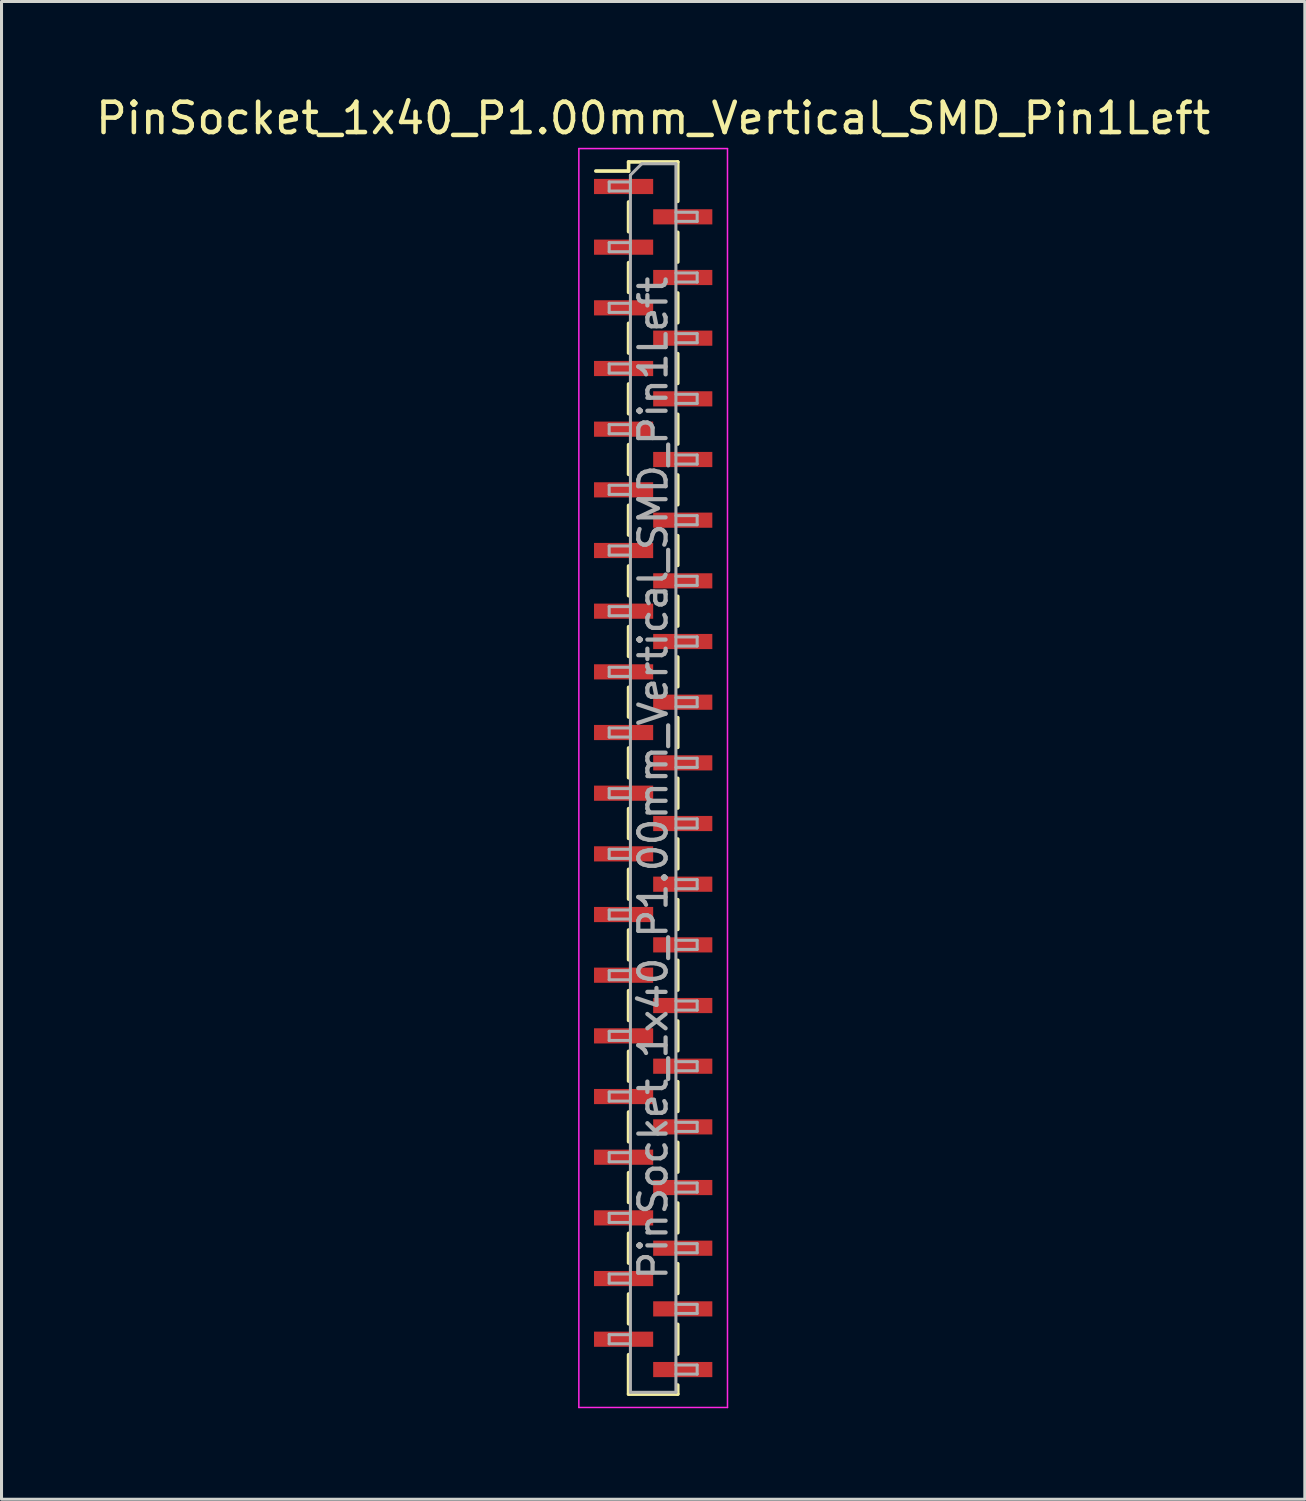
<source format=kicad_pcb>
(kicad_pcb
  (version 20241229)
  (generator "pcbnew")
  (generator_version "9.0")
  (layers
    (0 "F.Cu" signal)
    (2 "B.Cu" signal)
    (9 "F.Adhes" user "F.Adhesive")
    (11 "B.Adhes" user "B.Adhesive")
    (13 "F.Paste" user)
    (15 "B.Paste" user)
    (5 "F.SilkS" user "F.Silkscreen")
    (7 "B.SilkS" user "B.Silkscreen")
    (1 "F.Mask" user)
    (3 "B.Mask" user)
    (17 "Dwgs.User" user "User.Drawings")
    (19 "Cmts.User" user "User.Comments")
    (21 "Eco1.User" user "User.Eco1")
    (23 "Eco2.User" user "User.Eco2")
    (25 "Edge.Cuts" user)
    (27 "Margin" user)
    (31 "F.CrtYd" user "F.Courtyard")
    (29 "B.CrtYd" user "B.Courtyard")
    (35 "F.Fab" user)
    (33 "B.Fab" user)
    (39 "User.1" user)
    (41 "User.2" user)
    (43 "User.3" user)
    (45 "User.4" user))
  (footprint "PinSocket_1x40_P1.00mm_Vertical_SMD_Pin1Left"
    (layer "F.Cu")
    (at 18.482 22.598)
    (property "Reference" "PinSocket_1x40_P1.00mm_Vertical_SMD_Pin1Left" (at 0 -21.75 0) (layer "F.SilkS") (effects (font (size 1 1) (thickness 0.15))))
    (attr smd)
    (fp_line (start -1.89 -20.01) (end -0.81 -20.01) (stroke (width 0.12) (type solid)) (layer "F.SilkS"))
    (fp_line (start -0.81 -20.31) (end -0.81 -20.01) (stroke (width 0.12) (type solid)) (layer "F.SilkS"))
    (fp_line (start -0.81 -20.31) (end 0.81 -20.31) (stroke (width 0.12) (type solid)) (layer "F.SilkS"))
    (fp_line (start -0.81 -18.99) (end -0.81 -18.01) (stroke (width 0.12) (type solid)) (layer "F.SilkS"))
    (fp_line (start -0.81 -16.99) (end -0.81 -16.01) (stroke (width 0.12) (type solid)) (layer "F.SilkS"))
    (fp_line (start -0.81 -14.99) (end -0.81 -14.01) (stroke (width 0.12) (type solid)) (layer "F.SilkS"))
    (fp_line (start -0.81 -12.99) (end -0.81 -12.01) (stroke (width 0.12) (type solid)) (layer "F.SilkS"))
    (fp_line (start -0.81 -10.99) (end -0.81 -10.01) (stroke (width 0.12) (type solid)) (layer "F.SilkS"))
    (fp_line (start -0.81 -8.99) (end -0.81 -8.01) (stroke (width 0.12) (type solid)) (layer "F.SilkS"))
    (fp_line (start -0.81 -6.99) (end -0.81 -6.01) (stroke (width 0.12) (type solid)) (layer "F.SilkS"))
    (fp_line (start -0.81 -4.99) (end -0.81 -4.01) (stroke (width 0.12) (type solid)) (layer "F.SilkS"))
    (fp_line (start -0.81 -2.99) (end -0.81 -2.01) (stroke (width 0.12) (type solid)) (layer "F.SilkS"))
    (fp_line (start -0.81 -0.99) (end -0.81 -0.01) (stroke (width 0.12) (type solid)) (layer "F.SilkS"))
    (fp_line (start -0.81 1.01) (end -0.81 1.99) (stroke (width 0.12) (type solid)) (layer "F.SilkS"))
    (fp_line (start -0.81 3.01) (end -0.81 3.99) (stroke (width 0.12) (type solid)) (layer "F.SilkS"))
    (fp_line (start -0.81 5.01) (end -0.81 5.99) (stroke (width 0.12) (type solid)) (layer "F.SilkS"))
    (fp_line (start -0.81 7.01) (end -0.81 7.99) (stroke (width 0.12) (type solid)) (layer "F.SilkS"))
    (fp_line (start -0.81 9.01) (end -0.81 9.99) (stroke (width 0.12) (type solid)) (layer "F.SilkS"))
    (fp_line (start -0.81 11.01) (end -0.81 11.99) (stroke (width 0.12) (type solid)) (layer "F.SilkS"))
    (fp_line (start -0.81 13.01) (end -0.81 13.99) (stroke (width 0.12) (type solid)) (layer "F.SilkS"))
    (fp_line (start -0.81 15.01) (end -0.81 15.99) (stroke (width 0.12) (type solid)) (layer "F.SilkS"))
    (fp_line (start -0.81 17.01) (end -0.81 17.99) (stroke (width 0.12) (type solid)) (layer "F.SilkS"))
    (fp_line (start -0.81 19.01) (end -0.81 20.31) (stroke (width 0.12) (type solid)) (layer "F.SilkS"))
    (fp_line (start -0.81 20.31) (end 0.81 20.31) (stroke (width 0.12) (type solid)) (layer "F.SilkS"))
    (fp_line (start 0.81 -20.31) (end 0.81 -19.01) (stroke (width 0.12) (type solid)) (layer "F.SilkS"))
    (fp_line (start 0.81 -17.99) (end 0.81 -17.01) (stroke (width 0.12) (type solid)) (layer "F.SilkS"))
    (fp_line (start 0.81 -15.99) (end 0.81 -15.01) (stroke (width 0.12) (type solid)) (layer "F.SilkS"))
    (fp_line (start 0.81 -13.99) (end 0.81 -13.01) (stroke (width 0.12) (type solid)) (layer "F.SilkS"))
    (fp_line (start 0.81 -11.99) (end 0.81 -11.01) (stroke (width 0.12) (type solid)) (layer "F.SilkS"))
    (fp_line (start 0.81 -9.99) (end 0.81 -9.01) (stroke (width 0.12) (type solid)) (layer "F.SilkS"))
    (fp_line (start 0.81 -7.99) (end 0.81 -7.01) (stroke (width 0.12) (type solid)) (layer "F.SilkS"))
    (fp_line (start 0.81 -5.99) (end 0.81 -5.01) (stroke (width 0.12) (type solid)) (layer "F.SilkS"))
    (fp_line (start 0.81 -3.99) (end 0.81 -3.01) (stroke (width 0.12) (type solid)) (layer "F.SilkS"))
    (fp_line (start 0.81 -1.99) (end 0.81 -1.01) (stroke (width 0.12) (type solid)) (layer "F.SilkS"))
    (fp_line (start 0.81 0.01) (end 0.81 0.99) (stroke (width 0.12) (type solid)) (layer "F.SilkS"))
    (fp_line (start 0.81 2.01) (end 0.81 2.99) (stroke (width 0.12) (type solid)) (layer "F.SilkS"))
    (fp_line (start 0.81 4.01) (end 0.81 4.99) (stroke (width 0.12) (type solid)) (layer "F.SilkS"))
    (fp_line (start 0.81 6.01) (end 0.81 6.99) (stroke (width 0.12) (type solid)) (layer "F.SilkS"))
    (fp_line (start 0.81 8.01) (end 0.81 8.99) (stroke (width 0.12) (type solid)) (layer "F.SilkS"))
    (fp_line (start 0.81 10.01) (end 0.81 10.99) (stroke (width 0.12) (type solid)) (layer "F.SilkS"))
    (fp_line (start 0.81 12.01) (end 0.81 12.99) (stroke (width 0.12) (type solid)) (layer "F.SilkS"))
    (fp_line (start 0.81 14.01) (end 0.81 14.99) (stroke (width 0.12) (type solid)) (layer "F.SilkS"))
    (fp_line (start 0.81 16.01) (end 0.81 16.99) (stroke (width 0.12) (type solid)) (layer "F.SilkS"))
    (fp_line (start 0.81 18.01) (end 0.81 18.99) (stroke (width 0.12) (type solid)) (layer "F.SilkS"))
    (fp_line (start 0.81 20.01) (end 0.81 20.31) (stroke (width 0.12) (type solid)) (layer "F.SilkS"))
    (fp_line (start -2.45 -20.75) (end 2.45 -20.75) (stroke (width 0.05) (type solid)) (layer "F.CrtYd"))
    (fp_line (start -2.45 20.75) (end -2.45 -20.75) (stroke (width 0.05) (type solid)) (layer "F.CrtYd"))
    (fp_line (start 2.45 -20.75) (end 2.45 20.75) (stroke (width 0.05) (type solid)) (layer "F.CrtYd"))
    (fp_line (start 2.45 20.75) (end -2.45 20.75) (stroke (width 0.05) (type solid)) (layer "F.CrtYd"))
    (fp_line (start -1.45 -19.65) (end -0.75 -19.65) (stroke (width 0.1) (type solid)) (layer "F.Fab"))
    (fp_line (start -1.45 -19.35) (end -1.45 -19.65) (stroke (width 0.1) (type solid)) (layer "F.Fab"))
    (fp_line (start -1.45 -17.65) (end -0.75 -17.65) (stroke (width 0.1) (type solid)) (layer "F.Fab"))
    (fp_line (start -1.45 -17.35) (end -1.45 -17.65) (stroke (width 0.1) (type solid)) (layer "F.Fab"))
    (fp_line (start -1.45 -15.65) (end -0.75 -15.65) (stroke (width 0.1) (type solid)) (layer "F.Fab"))
    (fp_line (start -1.45 -15.35) (end -1.45 -15.65) (stroke (width 0.1) (type solid)) (layer "F.Fab"))
    (fp_line (start -1.45 -13.65) (end -0.75 -13.65) (stroke (width 0.1) (type solid)) (layer "F.Fab"))
    (fp_line (start -1.45 -13.35) (end -1.45 -13.65) (stroke (width 0.1) (type solid)) (layer "F.Fab"))
    (fp_line (start -1.45 -11.65) (end -0.75 -11.65) (stroke (width 0.1) (type solid)) (layer "F.Fab"))
    (fp_line (start -1.45 -11.35) (end -1.45 -11.65) (stroke (width 0.1) (type solid)) (layer "F.Fab"))
    (fp_line (start -1.45 -9.65) (end -0.75 -9.65) (stroke (width 0.1) (type solid)) (layer "F.Fab"))
    (fp_line (start -1.45 -9.35) (end -1.45 -9.65) (stroke (width 0.1) (type solid)) (layer "F.Fab"))
    (fp_line (start -1.45 -7.65) (end -0.75 -7.65) (stroke (width 0.1) (type solid)) (layer "F.Fab"))
    (fp_line (start -1.45 -7.35) (end -1.45 -7.65) (stroke (width 0.1) (type solid)) (layer "F.Fab"))
    (fp_line (start -1.45 -5.65) (end -0.75 -5.65) (stroke (width 0.1) (type solid)) (layer "F.Fab"))
    (fp_line (start -1.45 -5.35) (end -1.45 -5.65) (stroke (width 0.1) (type solid)) (layer "F.Fab"))
    (fp_line (start -1.45 -3.65) (end -0.75 -3.65) (stroke (width 0.1) (type solid)) (layer "F.Fab"))
    (fp_line (start -1.45 -3.35) (end -1.45 -3.65) (stroke (width 0.1) (type solid)) (layer "F.Fab"))
    (fp_line (start -1.45 -1.65) (end -0.75 -1.65) (stroke (width 0.1) (type solid)) (layer "F.Fab"))
    (fp_line (start -1.45 -1.35) (end -1.45 -1.65) (stroke (width 0.1) (type solid)) (layer "F.Fab"))
    (fp_line (start -1.45 0.35) (end -0.75 0.35) (stroke (width 0.1) (type solid)) (layer "F.Fab"))
    (fp_line (start -1.45 0.65) (end -1.45 0.35) (stroke (width 0.1) (type solid)) (layer "F.Fab"))
    (fp_line (start -1.45 2.35) (end -0.75 2.35) (stroke (width 0.1) (type solid)) (layer "F.Fab"))
    (fp_line (start -1.45 2.65) (end -1.45 2.35) (stroke (width 0.1) (type solid)) (layer "F.Fab"))
    (fp_line (start -1.45 4.35) (end -0.75 4.35) (stroke (width 0.1) (type solid)) (layer "F.Fab"))
    (fp_line (start -1.45 4.65) (end -1.45 4.35) (stroke (width 0.1) (type solid)) (layer "F.Fab"))
    (fp_line (start -1.45 6.35) (end -0.75 6.35) (stroke (width 0.1) (type solid)) (layer "F.Fab"))
    (fp_line (start -1.45 6.65) (end -1.45 6.35) (stroke (width 0.1) (type solid)) (layer "F.Fab"))
    (fp_line (start -1.45 8.35) (end -0.75 8.35) (stroke (width 0.1) (type solid)) (layer "F.Fab"))
    (fp_line (start -1.45 8.65) (end -1.45 8.35) (stroke (width 0.1) (type solid)) (layer "F.Fab"))
    (fp_line (start -1.45 10.35) (end -0.75 10.35) (stroke (width 0.1) (type solid)) (layer "F.Fab"))
    (fp_line (start -1.45 10.65) (end -1.45 10.35) (stroke (width 0.1) (type solid)) (layer "F.Fab"))
    (fp_line (start -1.45 12.35) (end -0.75 12.35) (stroke (width 0.1) (type solid)) (layer "F.Fab"))
    (fp_line (start -1.45 12.65) (end -1.45 12.35) (stroke (width 0.1) (type solid)) (layer "F.Fab"))
    (fp_line (start -1.45 14.35) (end -0.75 14.35) (stroke (width 0.1) (type solid)) (layer "F.Fab"))
    (fp_line (start -1.45 14.65) (end -1.45 14.35) (stroke (width 0.1) (type solid)) (layer "F.Fab"))
    (fp_line (start -1.45 16.35) (end -0.75 16.35) (stroke (width 0.1) (type solid)) (layer "F.Fab"))
    (fp_line (start -1.45 16.65) (end -1.45 16.35) (stroke (width 0.1) (type solid)) (layer "F.Fab"))
    (fp_line (start -1.45 18.35) (end -0.75 18.35) (stroke (width 0.1) (type solid)) (layer "F.Fab"))
    (fp_line (start -1.45 18.65) (end -1.45 18.35) (stroke (width 0.1) (type solid)) (layer "F.Fab"))
    (fp_line (start -0.75 -19.875) (end -0.375 -20.25) (stroke (width 0.1) (type solid)) (layer "F.Fab"))
    (fp_line (start -0.75 -19.35) (end -1.45 -19.35) (stroke (width 0.1) (type solid)) (layer "F.Fab"))
    (fp_line (start -0.75 -17.35) (end -1.45 -17.35) (stroke (width 0.1) (type solid)) (layer "F.Fab"))
    (fp_line (start -0.75 -15.35) (end -1.45 -15.35) (stroke (width 0.1) (type solid)) (layer "F.Fab"))
    (fp_line (start -0.75 -13.35) (end -1.45 -13.35) (stroke (width 0.1) (type solid)) (layer "F.Fab"))
    (fp_line (start -0.75 -11.35) (end -1.45 -11.35) (stroke (width 0.1) (type solid)) (layer "F.Fab"))
    (fp_line (start -0.75 -9.35) (end -1.45 -9.35) (stroke (width 0.1) (type solid)) (layer "F.Fab"))
    (fp_line (start -0.75 -7.35) (end -1.45 -7.35) (stroke (width 0.1) (type solid)) (layer "F.Fab"))
    (fp_line (start -0.75 -5.35) (end -1.45 -5.35) (stroke (width 0.1) (type solid)) (layer "F.Fab"))
    (fp_line (start -0.75 -3.35) (end -1.45 -3.35) (stroke (width 0.1) (type solid)) (layer "F.Fab"))
    (fp_line (start -0.75 -1.35) (end -1.45 -1.35) (stroke (width 0.1) (type solid)) (layer "F.Fab"))
    (fp_line (start -0.75 0.65) (end -1.45 0.65) (stroke (width 0.1) (type solid)) (layer "F.Fab"))
    (fp_line (start -0.75 2.65) (end -1.45 2.65) (stroke (width 0.1) (type solid)) (layer "F.Fab"))
    (fp_line (start -0.75 4.65) (end -1.45 4.65) (stroke (width 0.1) (type solid)) (layer "F.Fab"))
    (fp_line (start -0.75 6.65) (end -1.45 6.65) (stroke (width 0.1) (type solid)) (layer "F.Fab"))
    (fp_line (start -0.75 8.65) (end -1.45 8.65) (stroke (width 0.1) (type solid)) (layer "F.Fab"))
    (fp_line (start -0.75 10.65) (end -1.45 10.65) (stroke (width 0.1) (type solid)) (layer "F.Fab"))
    (fp_line (start -0.75 12.65) (end -1.45 12.65) (stroke (width 0.1) (type solid)) (layer "F.Fab"))
    (fp_line (start -0.75 14.65) (end -1.45 14.65) (stroke (width 0.1) (type solid)) (layer "F.Fab"))
    (fp_line (start -0.75 16.65) (end -1.45 16.65) (stroke (width 0.1) (type solid)) (layer "F.Fab"))
    (fp_line (start -0.75 18.65) (end -1.45 18.65) (stroke (width 0.1) (type solid)) (layer "F.Fab"))
    (fp_line (start -0.75 20.25) (end -0.75 -19.875) (stroke (width 0.1) (type solid)) (layer "F.Fab"))
    (fp_line (start -0.375 -20.25) (end 0.75 -20.25) (stroke (width 0.1) (type solid)) (layer "F.Fab"))
    (fp_line (start 0.75 -20.25) (end 0.75 20.25) (stroke (width 0.1) (type solid)) (layer "F.Fab"))
    (fp_line (start 0.75 -18.65) (end 1.45 -18.65) (stroke (width 0.1) (type solid)) (layer "F.Fab"))
    (fp_line (start 0.75 -16.65) (end 1.45 -16.65) (stroke (width 0.1) (type solid)) (layer "F.Fab"))
    (fp_line (start 0.75 -14.65) (end 1.45 -14.65) (stroke (width 0.1) (type solid)) (layer "F.Fab"))
    (fp_line (start 0.75 -12.65) (end 1.45 -12.65) (stroke (width 0.1) (type solid)) (layer "F.Fab"))
    (fp_line (start 0.75 -10.65) (end 1.45 -10.65) (stroke (width 0.1) (type solid)) (layer "F.Fab"))
    (fp_line (start 0.75 -8.65) (end 1.45 -8.65) (stroke (width 0.1) (type solid)) (layer "F.Fab"))
    (fp_line (start 0.75 -6.65) (end 1.45 -6.65) (stroke (width 0.1) (type solid)) (layer "F.Fab"))
    (fp_line (start 0.75 -4.65) (end 1.45 -4.65) (stroke (width 0.1) (type solid)) (layer "F.Fab"))
    (fp_line (start 0.75 -2.65) (end 1.45 -2.65) (stroke (width 0.1) (type solid)) (layer "F.Fab"))
    (fp_line (start 0.75 -0.65) (end 1.45 -0.65) (stroke (width 0.1) (type solid)) (layer "F.Fab"))
    (fp_line (start 0.75 1.35) (end 1.45 1.35) (stroke (width 0.1) (type solid)) (layer "F.Fab"))
    (fp_line (start 0.75 3.35) (end 1.45 3.35) (stroke (width 0.1) (type solid)) (layer "F.Fab"))
    (fp_line (start 0.75 5.35) (end 1.45 5.35) (stroke (width 0.1) (type solid)) (layer "F.Fab"))
    (fp_line (start 0.75 7.35) (end 1.45 7.35) (stroke (width 0.1) (type solid)) (layer "F.Fab"))
    (fp_line (start 0.75 9.35) (end 1.45 9.35) (stroke (width 0.1) (type solid)) (layer "F.Fab"))
    (fp_line (start 0.75 11.35) (end 1.45 11.35) (stroke (width 0.1) (type solid)) (layer "F.Fab"))
    (fp_line (start 0.75 13.35) (end 1.45 13.35) (stroke (width 0.1) (type solid)) (layer "F.Fab"))
    (fp_line (start 0.75 15.35) (end 1.45 15.35) (stroke (width 0.1) (type solid)) (layer "F.Fab"))
    (fp_line (start 0.75 17.35) (end 1.45 17.35) (stroke (width 0.1) (type solid)) (layer "F.Fab"))
    (fp_line (start 0.75 19.35) (end 1.45 19.35) (stroke (width 0.1) (type solid)) (layer "F.Fab"))
    (fp_line (start 0.75 20.25) (end -0.75 20.25) (stroke (width 0.1) (type solid)) (layer "F.Fab"))
    (fp_line (start 1.45 -18.65) (end 1.45 -18.35) (stroke (width 0.1) (type solid)) (layer "F.Fab"))
    (fp_line (start 1.45 -18.35) (end 0.75 -18.35) (stroke (width 0.1) (type solid)) (layer "F.Fab"))
    (fp_line (start 1.45 -16.65) (end 1.45 -16.35) (stroke (width 0.1) (type solid)) (layer "F.Fab"))
    (fp_line (start 1.45 -16.35) (end 0.75 -16.35) (stroke (width 0.1) (type solid)) (layer "F.Fab"))
    (fp_line (start 1.45 -14.65) (end 1.45 -14.35) (stroke (width 0.1) (type solid)) (layer "F.Fab"))
    (fp_line (start 1.45 -14.35) (end 0.75 -14.35) (stroke (width 0.1) (type solid)) (layer "F.Fab"))
    (fp_line (start 1.45 -12.65) (end 1.45 -12.35) (stroke (width 0.1) (type solid)) (layer "F.Fab"))
    (fp_line (start 1.45 -12.35) (end 0.75 -12.35) (stroke (width 0.1) (type solid)) (layer "F.Fab"))
    (fp_line (start 1.45 -10.65) (end 1.45 -10.35) (stroke (width 0.1) (type solid)) (layer "F.Fab"))
    (fp_line (start 1.45 -10.35) (end 0.75 -10.35) (stroke (width 0.1) (type solid)) (layer "F.Fab"))
    (fp_line (start 1.45 -8.65) (end 1.45 -8.35) (stroke (width 0.1) (type solid)) (layer "F.Fab"))
    (fp_line (start 1.45 -8.35) (end 0.75 -8.35) (stroke (width 0.1) (type solid)) (layer "F.Fab"))
    (fp_line (start 1.45 -6.65) (end 1.45 -6.35) (stroke (width 0.1) (type solid)) (layer "F.Fab"))
    (fp_line (start 1.45 -6.35) (end 0.75 -6.35) (stroke (width 0.1) (type solid)) (layer "F.Fab"))
    (fp_line (start 1.45 -4.65) (end 1.45 -4.35) (stroke (width 0.1) (type solid)) (layer "F.Fab"))
    (fp_line (start 1.45 -4.35) (end 0.75 -4.35) (stroke (width 0.1) (type solid)) (layer "F.Fab"))
    (fp_line (start 1.45 -2.65) (end 1.45 -2.35) (stroke (width 0.1) (type solid)) (layer "F.Fab"))
    (fp_line (start 1.45 -2.35) (end 0.75 -2.35) (stroke (width 0.1) (type solid)) (layer "F.Fab"))
    (fp_line (start 1.45 -0.65) (end 1.45 -0.35) (stroke (width 0.1) (type solid)) (layer "F.Fab"))
    (fp_line (start 1.45 -0.35) (end 0.75 -0.35) (stroke (width 0.1) (type solid)) (layer "F.Fab"))
    (fp_line (start 1.45 1.35) (end 1.45 1.65) (stroke (width 0.1) (type solid)) (layer "F.Fab"))
    (fp_line (start 1.45 1.65) (end 0.75 1.65) (stroke (width 0.1) (type solid)) (layer "F.Fab"))
    (fp_line (start 1.45 3.35) (end 1.45 3.65) (stroke (width 0.1) (type solid)) (layer "F.Fab"))
    (fp_line (start 1.45 3.65) (end 0.75 3.65) (stroke (width 0.1) (type solid)) (layer "F.Fab"))
    (fp_line (start 1.45 5.35) (end 1.45 5.65) (stroke (width 0.1) (type solid)) (layer "F.Fab"))
    (fp_line (start 1.45 5.65) (end 0.75 5.65) (stroke (width 0.1) (type solid)) (layer "F.Fab"))
    (fp_line (start 1.45 7.35) (end 1.45 7.65) (stroke (width 0.1) (type solid)) (layer "F.Fab"))
    (fp_line (start 1.45 7.65) (end 0.75 7.65) (stroke (width 0.1) (type solid)) (layer "F.Fab"))
    (fp_line (start 1.45 9.35) (end 1.45 9.65) (stroke (width 0.1) (type solid)) (layer "F.Fab"))
    (fp_line (start 1.45 9.65) (end 0.75 9.65) (stroke (width 0.1) (type solid)) (layer "F.Fab"))
    (fp_line (start 1.45 11.35) (end 1.45 11.65) (stroke (width 0.1) (type solid)) (layer "F.Fab"))
    (fp_line (start 1.45 11.65) (end 0.75 11.65) (stroke (width 0.1) (type solid)) (layer "F.Fab"))
    (fp_line (start 1.45 13.35) (end 1.45 13.65) (stroke (width 0.1) (type solid)) (layer "F.Fab"))
    (fp_line (start 1.45 13.65) (end 0.75 13.65) (stroke (width 0.1) (type solid)) (layer "F.Fab"))
    (fp_line (start 1.45 15.35) (end 1.45 15.65) (stroke (width 0.1) (type solid)) (layer "F.Fab"))
    (fp_line (start 1.45 15.65) (end 0.75 15.65) (stroke (width 0.1) (type solid)) (layer "F.Fab"))
    (fp_line (start 1.45 17.35) (end 1.45 17.65) (stroke (width 0.1) (type solid)) (layer "F.Fab"))
    (fp_line (start 1.45 17.65) (end 0.75 17.65) (stroke (width 0.1) (type solid)) (layer "F.Fab"))
    (fp_line (start 1.45 19.35) (end 1.45 19.65) (stroke (width 0.1) (type solid)) (layer "F.Fab"))
    (fp_line (start 1.45 19.65) (end 0.75 19.65) (stroke (width 0.1) (type solid)) (layer "F.Fab"))
    (fp_text user "${REFERENCE}" (at 0 0 90) (layer "F.Fab") (effects (font (size 0.9 0.9) (thickness 0.14))))
    (pad "1" smd rect (at -0.975 -19.5) (size 1.95 0.5) (layers "F.Cu" "F.Mask" "F.Paste"))
    (pad "2" smd rect (at 0.975 -18.5) (size 1.95 0.5) (layers "F.Cu" "F.Mask" "F.Paste"))
    (pad "3" smd rect (at -0.975 -17.5) (size 1.95 0.5) (layers "F.Cu" "F.Mask" "F.Paste"))
    (pad "4" smd rect (at 0.975 -16.5) (size 1.95 0.5) (layers "F.Cu" "F.Mask" "F.Paste"))
    (pad "5" smd rect (at -0.975 -15.5) (size 1.95 0.5) (layers "F.Cu" "F.Mask" "F.Paste"))
    (pad "6" smd rect (at 0.975 -14.5) (size 1.95 0.5) (layers "F.Cu" "F.Mask" "F.Paste"))
    (pad "7" smd rect (at -0.975 -13.5) (size 1.95 0.5) (layers "F.Cu" "F.Mask" "F.Paste"))
    (pad "8" smd rect (at 0.975 -12.5) (size 1.95 0.5) (layers "F.Cu" "F.Mask" "F.Paste"))
    (pad "9" smd rect (at -0.975 -11.5) (size 1.95 0.5) (layers "F.Cu" "F.Mask" "F.Paste"))
    (pad "10" smd rect (at 0.975 -10.5) (size 1.95 0.5) (layers "F.Cu" "F.Mask" "F.Paste"))
    (pad "11" smd rect (at -0.975 -9.5) (size 1.95 0.5) (layers "F.Cu" "F.Mask" "F.Paste"))
    (pad "12" smd rect (at 0.975 -8.5) (size 1.95 0.5) (layers "F.Cu" "F.Mask" "F.Paste"))
    (pad "13" smd rect (at -0.975 -7.5) (size 1.95 0.5) (layers "F.Cu" "F.Mask" "F.Paste"))
    (pad "14" smd rect (at 0.975 -6.5) (size 1.95 0.5) (layers "F.Cu" "F.Mask" "F.Paste"))
    (pad "15" smd rect (at -0.975 -5.5) (size 1.95 0.5) (layers "F.Cu" "F.Mask" "F.Paste"))
    (pad "16" smd rect (at 0.975 -4.5) (size 1.95 0.5) (layers "F.Cu" "F.Mask" "F.Paste"))
    (pad "17" smd rect (at -0.975 -3.5) (size 1.95 0.5) (layers "F.Cu" "F.Mask" "F.Paste"))
    (pad "18" smd rect (at 0.975 -2.5) (size 1.95 0.5) (layers "F.Cu" "F.Mask" "F.Paste"))
    (pad "19" smd rect (at -0.975 -1.5) (size 1.95 0.5) (layers "F.Cu" "F.Mask" "F.Paste"))
    (pad "20" smd rect (at 0.975 -0.5) (size 1.95 0.5) (layers "F.Cu" "F.Mask" "F.Paste"))
    (pad "21" smd rect (at -0.975 0.5) (size 1.95 0.5) (layers "F.Cu" "F.Mask" "F.Paste"))
    (pad "22" smd rect (at 0.975 1.5) (size 1.95 0.5) (layers "F.Cu" "F.Mask" "F.Paste"))
    (pad "23" smd rect (at -0.975 2.5) (size 1.95 0.5) (layers "F.Cu" "F.Mask" "F.Paste"))
    (pad "24" smd rect (at 0.975 3.5) (size 1.95 0.5) (layers "F.Cu" "F.Mask" "F.Paste"))
    (pad "25" smd rect (at -0.975 4.5) (size 1.95 0.5) (layers "F.Cu" "F.Mask" "F.Paste"))
    (pad "26" smd rect (at 0.975 5.5) (size 1.95 0.5) (layers "F.Cu" "F.Mask" "F.Paste"))
    (pad "27" smd rect (at -0.975 6.5) (size 1.95 0.5) (layers "F.Cu" "F.Mask" "F.Paste"))
    (pad "28" smd rect (at 0.975 7.5) (size 1.95 0.5) (layers "F.Cu" "F.Mask" "F.Paste"))
    (pad "29" smd rect (at -0.975 8.5) (size 1.95 0.5) (layers "F.Cu" "F.Mask" "F.Paste"))
    (pad "30" smd rect (at 0.975 9.5) (size 1.95 0.5) (layers "F.Cu" "F.Mask" "F.Paste"))
    (pad "31" smd rect (at -0.975 10.5) (size 1.95 0.5) (layers "F.Cu" "F.Mask" "F.Paste"))
    (pad "32" smd rect (at 0.975 11.5) (size 1.95 0.5) (layers "F.Cu" "F.Mask" "F.Paste"))
    (pad "33" smd rect (at -0.975 12.5) (size 1.95 0.5) (layers "F.Cu" "F.Mask" "F.Paste"))
    (pad "34" smd rect (at 0.975 13.5) (size 1.95 0.5) (layers "F.Cu" "F.Mask" "F.Paste"))
    (pad "35" smd rect (at -0.975 14.5) (size 1.95 0.5) (layers "F.Cu" "F.Mask" "F.Paste"))
    (pad "36" smd rect (at 0.975 15.5) (size 1.95 0.5) (layers "F.Cu" "F.Mask" "F.Paste"))
    (pad "37" smd rect (at -0.975 16.5) (size 1.95 0.5) (layers "F.Cu" "F.Mask" "F.Paste"))
    (pad "38" smd rect (at 0.975 17.5) (size 1.95 0.5) (layers "F.Cu" "F.Mask" "F.Paste"))
    (pad "39" smd rect (at -0.975 18.5) (size 1.95 0.5) (layers "F.Cu" "F.Mask" "F.Paste"))
    (pad "40" smd rect (at 0.975 19.5) (size 1.95 0.5) (layers "F.Cu" "F.Mask" "F.Paste")))
  (gr_rect
    (start -3 -3)
    (end 39.964 46.373)
    (stroke (width 0.1) (type default))
    (fill no)
    (layer "Edge.Cuts")))
</source>
